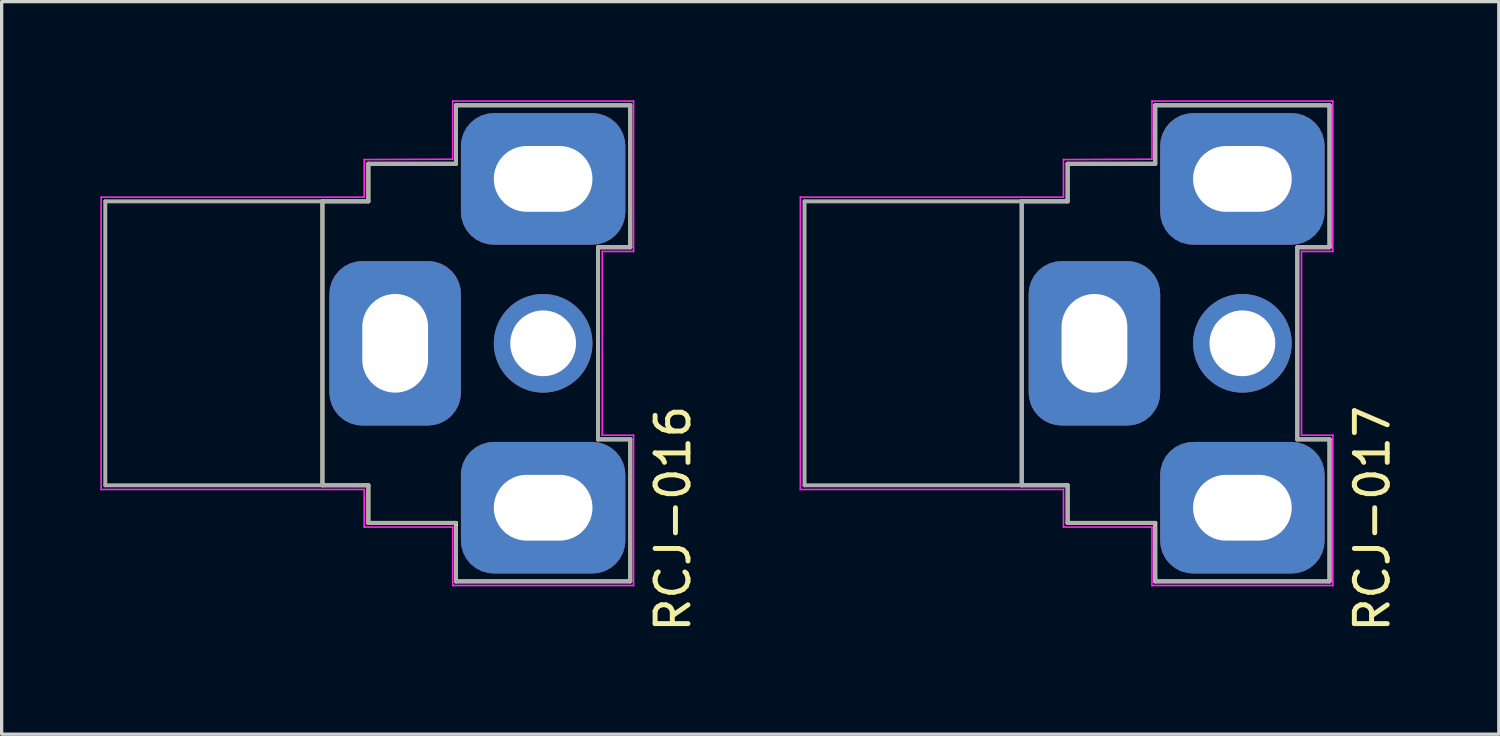
<source format=kicad_pcb>
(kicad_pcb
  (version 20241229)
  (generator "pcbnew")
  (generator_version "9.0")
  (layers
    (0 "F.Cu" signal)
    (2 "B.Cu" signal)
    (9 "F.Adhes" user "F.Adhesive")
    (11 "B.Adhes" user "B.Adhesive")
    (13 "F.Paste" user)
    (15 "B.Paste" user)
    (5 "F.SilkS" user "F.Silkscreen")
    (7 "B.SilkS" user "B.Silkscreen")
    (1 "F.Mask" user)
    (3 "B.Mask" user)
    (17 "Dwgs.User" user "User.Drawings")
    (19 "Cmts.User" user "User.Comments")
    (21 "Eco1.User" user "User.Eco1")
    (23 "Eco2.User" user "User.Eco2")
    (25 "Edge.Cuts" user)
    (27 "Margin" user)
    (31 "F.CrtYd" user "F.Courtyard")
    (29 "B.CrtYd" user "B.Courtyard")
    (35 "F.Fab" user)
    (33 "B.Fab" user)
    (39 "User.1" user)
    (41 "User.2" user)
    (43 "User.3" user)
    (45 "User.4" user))
  (footprint "RCJ-017"
    (layer "F.Cu")
    (at 28.784 7.391)
    (property "Reference" "RCJ-017" (at 9.9 5.334 90) (layer "F.SilkS") (effects (font (size 1 1) (thickness 0.15))))
    (attr through_hole)
    (fp_line (start -0.762 -4.318) (end -0.762 4.318) (stroke (width 0.12) (type solid)) (layer "F.SilkS"))
    (fp_line (start -0.762 4.318) (end 0.635 4.318) (stroke (width 0.12) (type solid)) (layer "F.SilkS"))
    (fp_line (start 0.635 -5.461) (end 0.635 -4.318) (stroke (width 0.12) (type solid)) (layer "F.SilkS"))
    (fp_line (start 0.635 -4.318) (end -0.762 -4.318) (stroke (width 0.12) (type solid)) (layer "F.SilkS"))
    (fp_line (start 0.635 4.318) (end 0.635 5.461) (stroke (width 0.12) (type solid)) (layer "F.SilkS"))
    (fp_line (start 0.635 5.461) (end 3.3 5.461) (stroke (width 0.12) (type solid)) (layer "F.SilkS"))
    (fp_line (start 3.3 -7.239) (end 8.6 -7.239) (stroke (width 0.12) (type solid)) (layer "F.SilkS"))
    (fp_line (start 3.3 -5.461) (end 0.635 -5.461) (stroke (width 0.12) (type solid)) (layer "F.SilkS"))
    (fp_line (start 3.3 -5.461) (end 3.3 -7.239) (stroke (width 0.12) (type solid)) (layer "F.SilkS"))
    (fp_line (start 3.3 5.461) (end 3.3 7.239) (stroke (width 0.12) (type solid)) (layer "F.SilkS"))
    (fp_line (start 3.3 7.239) (end 8.6 7.239) (stroke (width 0.12) (type solid)) (layer "F.SilkS"))
    (fp_line (start 7.62 -2.921) (end 7.62 2.921) (stroke (width 0.12) (type solid)) (layer "F.SilkS"))
    (fp_line (start 8.6 -7.239) (end 8.6 -2.921) (stroke (width 0.12) (type solid)) (layer "F.SilkS"))
    (fp_line (start 8.6 -2.921) (end 7.62 -2.921) (stroke (width 0.12) (type solid)) (layer "F.SilkS"))
    (fp_line (start 8.6 2.921) (end 7.62 2.921) (stroke (width 0.12) (type solid)) (layer "F.SilkS"))
    (fp_line (start 8.6 7.239) (end 8.6 2.921) (stroke (width 0.12) (type solid)) (layer "F.SilkS"))
    (fp_line (start -7.493 -4.445) (end -7.493 4.445) (stroke (width 0.05) (type solid)) (layer "F.CrtYd"))
    (fp_line (start -7.493 4.445) (end 0.508 4.445) (stroke (width 0.05) (type solid)) (layer "F.CrtYd"))
    (fp_line (start 0.508 -5.588) (end 0.508 -4.445) (stroke (width 0.05) (type solid)) (layer "F.CrtYd"))
    (fp_line (start 0.508 -4.445) (end -7.493 -4.445) (stroke (width 0.05) (type solid)) (layer "F.CrtYd"))
    (fp_line (start 0.508 4.445) (end 0.508 5.588) (stroke (width 0.05) (type solid)) (layer "F.CrtYd"))
    (fp_line (start 0.508 5.588) (end 3.2 5.588) (stroke (width 0.05) (type solid)) (layer "F.CrtYd"))
    (fp_line (start 3.2 -7.366) (end 8.7 -7.366) (stroke (width 0.05) (type solid)) (layer "F.CrtYd"))
    (fp_line (start 3.2 -5.6) (end 0.508 -5.588) (stroke (width 0.05) (type solid)) (layer "F.CrtYd"))
    (fp_line (start 3.2 -5.6) (end 3.2 -7.366) (stroke (width 0.05) (type solid)) (layer "F.CrtYd"))
    (fp_line (start 3.2 7.366) (end 3.2 5.588) (stroke (width 0.05) (type solid)) (layer "F.CrtYd"))
    (fp_line (start 7.747 -2.794) (end 7.747 2.794) (stroke (width 0.05) (type solid)) (layer "F.CrtYd"))
    (fp_line (start 7.747 2.794) (end 8.7 2.794) (stroke (width 0.05) (type solid)) (layer "F.CrtYd"))
    (fp_line (start 8.7 -7.366) (end 8.7 -2.794) (stroke (width 0.05) (type solid)) (layer "F.CrtYd"))
    (fp_line (start 8.7 -2.794) (end 7.747 -2.794) (stroke (width 0.05) (type solid)) (layer "F.CrtYd"))
    (fp_line (start 8.7 7.366) (end 3.2 7.366) (stroke (width 0.05) (type solid)) (layer "F.CrtYd"))
    (fp_line (start 8.7 7.366) (end 8.7 2.794) (stroke (width 0.05) (type solid)) (layer "F.CrtYd"))
    (fp_line (start -7.366 -4.318) (end -7.366 4.318) (stroke (width 0.12) (type solid)) (layer "F.Fab"))
    (fp_line (start -7.366 4.318) (end 0.635 4.318) (stroke (width 0.12) (type solid)) (layer "F.Fab"))
    (fp_line (start -0.762 -4.318) (end -0.762 4.318) (stroke (width 0.12) (type solid)) (layer "F.Fab"))
    (fp_line (start 0.635 -5.461) (end 0.635 -4.318) (stroke (width 0.12) (type solid)) (layer "F.Fab"))
    (fp_line (start 0.635 -5.461) (end 3.3 -5.461) (stroke (width 0.12) (type solid)) (layer "F.Fab"))
    (fp_line (start 0.635 -4.318) (end -7.366 -4.318) (stroke (width 0.12) (type solid)) (layer "F.Fab"))
    (fp_line (start 0.635 4.318) (end 0.635 5.461) (stroke (width 0.12) (type solid)) (layer "F.Fab"))
    (fp_line (start 0.635 5.461) (end 3.3 5.461) (stroke (width 0.12) (type solid)) (layer "F.Fab"))
    (fp_line (start 3.3 -7.239) (end 8.6 -7.239) (stroke (width 0.12) (type solid)) (layer "F.Fab"))
    (fp_line (start 3.3 -5.461) (end 3.3 -7.239) (stroke (width 0.12) (type solid)) (layer "F.Fab"))
    (fp_line (start 3.3 5.588) (end 3.3 7.239) (stroke (width 0.12) (type solid)) (layer "F.Fab"))
    (fp_line (start 3.3 7.239) (end 8.6 7.239) (stroke (width 0.12) (type solid)) (layer "F.Fab"))
    (fp_line (start 7.62 -2.921) (end 7.62 2.921) (stroke (width 0.12) (type solid)) (layer "F.Fab"))
    (fp_line (start 8.6 -7.239) (end 8.6 -2.921) (stroke (width 0.12) (type solid)) (layer "F.Fab"))
    (fp_line (start 8.6 -2.921) (end 7.62 -2.921) (stroke (width 0.12) (type solid)) (layer "F.Fab"))
    (fp_line (start 8.6 2.921) (end 7.62 2.921) (stroke (width 0.12) (type solid)) (layer "F.Fab"))
    (fp_line (start 8.6 7.239) (end 8.6 2.921) (stroke (width 0.12) (type solid)) (layer "F.Fab"))
    (pad "1" thru_hole circle (at 5.95 0) (size 3 3) (drill 2) (layers "*.Cu" "*.Mask"))
    (pad "2" thru_hole roundrect (at 1.45 0) (size 4 5) (drill oval 2 3) (layers "*.Cu" "*.Mask") (roundrect_rratio 0.25))
    (pad "2" thru_hole roundrect (at 5.95 -5) (size 5 4) (drill oval 3 2) (layers "*.Cu" "*.Mask") (roundrect_rratio 0.25))
    (pad "2" thru_hole roundrect (at 5.95 5) (size 5 4) (drill oval 3 2) (layers "*.Cu" "*.Mask") (roundrect_rratio 0.25)))
  (footprint "RCJ-016"
    (layer "F.Cu")
    (at 7.518 7.391)
    (property "Reference" "RCJ-016" (at 9.9 5.334 90) (layer "F.SilkS") (effects (font (size 1 1) (thickness 0.15))))
    (attr through_hole)
    (fp_line (start -0.762 -4.318) (end -0.762 4.318) (stroke (width 0.12) (type solid)) (layer "F.SilkS"))
    (fp_line (start -0.762 4.318) (end 0.635 4.318) (stroke (width 0.12) (type solid)) (layer "F.SilkS"))
    (fp_line (start 0.635 -5.461) (end 0.635 -4.318) (stroke (width 0.12) (type solid)) (layer "F.SilkS"))
    (fp_line (start 0.635 -4.318) (end -0.762 -4.318) (stroke (width 0.12) (type solid)) (layer "F.SilkS"))
    (fp_line (start 0.635 4.318) (end 0.635 5.461) (stroke (width 0.12) (type solid)) (layer "F.SilkS"))
    (fp_line (start 0.635 5.461) (end 3.3 5.461) (stroke (width 0.12) (type solid)) (layer "F.SilkS"))
    (fp_line (start 3.3 -7.239) (end 8.6 -7.239) (stroke (width 0.12) (type solid)) (layer "F.SilkS"))
    (fp_line (start 3.3 -5.461) (end 0.635 -5.461) (stroke (width 0.12) (type solid)) (layer "F.SilkS"))
    (fp_line (start 3.3 -5.461) (end 3.3 -7.239) (stroke (width 0.12) (type solid)) (layer "F.SilkS"))
    (fp_line (start 3.3 5.461) (end 3.3 7.239) (stroke (width 0.12) (type solid)) (layer "F.SilkS"))
    (fp_line (start 3.3 7.239) (end 8.6 7.239) (stroke (width 0.12) (type solid)) (layer "F.SilkS"))
    (fp_line (start 7.62 -2.921) (end 7.62 2.921) (stroke (width 0.12) (type solid)) (layer "F.SilkS"))
    (fp_line (start 8.6 -7.239) (end 8.6 -2.921) (stroke (width 0.12) (type solid)) (layer "F.SilkS"))
    (fp_line (start 8.6 -2.921) (end 7.62 -2.921) (stroke (width 0.12) (type solid)) (layer "F.SilkS"))
    (fp_line (start 8.6 2.921) (end 7.62 2.921) (stroke (width 0.12) (type solid)) (layer "F.SilkS"))
    (fp_line (start 8.6 7.239) (end 8.6 2.921) (stroke (width 0.12) (type solid)) (layer "F.SilkS"))
    (fp_line (start -7.493 -4.445) (end -7.493 4.445) (stroke (width 0.05) (type solid)) (layer "F.CrtYd"))
    (fp_line (start -7.493 4.445) (end 0.508 4.445) (stroke (width 0.05) (type solid)) (layer "F.CrtYd"))
    (fp_line (start 0.508 -5.588) (end 0.508 -4.445) (stroke (width 0.05) (type solid)) (layer "F.CrtYd"))
    (fp_line (start 0.508 -4.445) (end -7.493 -4.445) (stroke (width 0.05) (type solid)) (layer "F.CrtYd"))
    (fp_line (start 0.508 4.445) (end 0.508 5.588) (stroke (width 0.05) (type solid)) (layer "F.CrtYd"))
    (fp_line (start 0.508 5.588) (end 3.2 5.588) (stroke (width 0.05) (type solid)) (layer "F.CrtYd"))
    (fp_line (start 3.2 -7.366) (end 8.7 -7.366) (stroke (width 0.05) (type solid)) (layer "F.CrtYd"))
    (fp_line (start 3.2 -5.6) (end 0.508 -5.588) (stroke (width 0.05) (type solid)) (layer "F.CrtYd"))
    (fp_line (start 3.2 -5.6) (end 3.2 -7.366) (stroke (width 0.05) (type solid)) (layer "F.CrtYd"))
    (fp_line (start 3.2 7.366) (end 3.2 5.588) (stroke (width 0.05) (type solid)) (layer "F.CrtYd"))
    (fp_line (start 7.747 -2.794) (end 7.747 2.794) (stroke (width 0.05) (type solid)) (layer "F.CrtYd"))
    (fp_line (start 7.747 2.794) (end 8.7 2.794) (stroke (width 0.05) (type solid)) (layer "F.CrtYd"))
    (fp_line (start 8.7 -7.366) (end 8.7 -2.794) (stroke (width 0.05) (type solid)) (layer "F.CrtYd"))
    (fp_line (start 8.7 -2.794) (end 7.747 -2.794) (stroke (width 0.05) (type solid)) (layer "F.CrtYd"))
    (fp_line (start 8.7 7.366) (end 3.2 7.366) (stroke (width 0.05) (type solid)) (layer "F.CrtYd"))
    (fp_line (start 8.7 7.366) (end 8.7 2.794) (stroke (width 0.05) (type solid)) (layer "F.CrtYd"))
    (fp_line (start -7.366 -4.318) (end -7.366 4.318) (stroke (width 0.12) (type solid)) (layer "F.Fab"))
    (fp_line (start -7.366 4.318) (end 0.635 4.318) (stroke (width 0.12) (type solid)) (layer "F.Fab"))
    (fp_line (start -0.762 -4.318) (end -0.762 4.318) (stroke (width 0.12) (type solid)) (layer "F.Fab"))
    (fp_line (start 0.635 -5.461) (end 0.635 -4.318) (stroke (width 0.12) (type solid)) (layer "F.Fab"))
    (fp_line (start 0.635 -5.461) (end 3.3 -5.461) (stroke (width 0.12) (type solid)) (layer "F.Fab"))
    (fp_line (start 0.635 -4.318) (end -7.366 -4.318) (stroke (width 0.12) (type solid)) (layer "F.Fab"))
    (fp_line (start 0.635 4.318) (end 0.635 5.461) (stroke (width 0.12) (type solid)) (layer "F.Fab"))
    (fp_line (start 0.635 5.461) (end 3.3 5.461) (stroke (width 0.12) (type solid)) (layer "F.Fab"))
    (fp_line (start 3.3 -7.239) (end 8.6 -7.239) (stroke (width 0.12) (type solid)) (layer "F.Fab"))
    (fp_line (start 3.3 -5.461) (end 3.3 -7.239) (stroke (width 0.12) (type solid)) (layer "F.Fab"))
    (fp_line (start 3.3 5.588) (end 3.3 7.239) (stroke (width 0.12) (type solid)) (layer "F.Fab"))
    (fp_line (start 3.3 7.239) (end 8.6 7.239) (stroke (width 0.12) (type solid)) (layer "F.Fab"))
    (fp_line (start 7.62 -2.921) (end 7.62 2.921) (stroke (width 0.12) (type solid)) (layer "F.Fab"))
    (fp_line (start 8.6 -7.239) (end 8.6 -2.921) (stroke (width 0.12) (type solid)) (layer "F.Fab"))
    (fp_line (start 8.6 -2.921) (end 7.62 -2.921) (stroke (width 0.12) (type solid)) (layer "F.Fab"))
    (fp_line (start 8.6 2.921) (end 7.62 2.921) (stroke (width 0.12) (type solid)) (layer "F.Fab"))
    (fp_line (start 8.6 7.239) (end 8.6 2.921) (stroke (width 0.12) (type solid)) (layer "F.Fab"))
    (pad "1" thru_hole circle (at 5.95 0) (size 3 3) (drill 2) (layers "*.Cu" "*.Mask"))
    (pad "2" thru_hole roundrect (at 1.45 0) (size 4 5) (drill oval 2 3) (layers "*.Cu" "*.Mask") (roundrect_rratio 0.25))
    (pad "2" thru_hole roundrect (at 5.95 -5) (size 5 4) (drill oval 3 2) (layers "*.Cu" "*.Mask") (roundrect_rratio 0.25))
    (pad "2" thru_hole roundrect (at 5.95 5) (size 5 4) (drill oval 3 2) (layers "*.Cu" "*.Mask") (roundrect_rratio 0.25)))
  (gr_rect
    (start -3 -3)
    (end 42.532 19.279)
    (stroke (width 0.1) (type default))
    (fill no)
    (layer "Edge.Cuts")))
</source>
